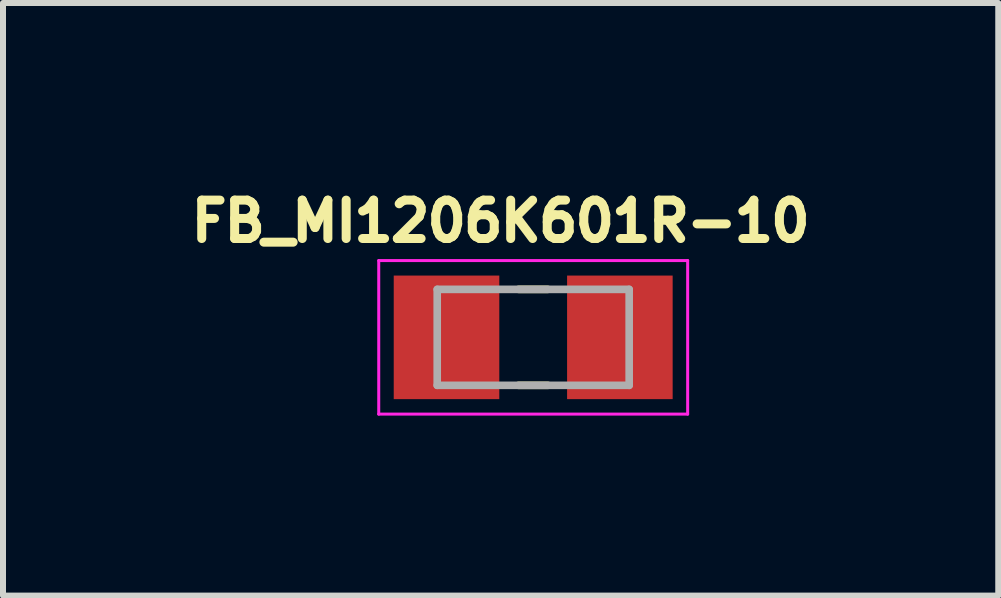
<source format=kicad_pcb>
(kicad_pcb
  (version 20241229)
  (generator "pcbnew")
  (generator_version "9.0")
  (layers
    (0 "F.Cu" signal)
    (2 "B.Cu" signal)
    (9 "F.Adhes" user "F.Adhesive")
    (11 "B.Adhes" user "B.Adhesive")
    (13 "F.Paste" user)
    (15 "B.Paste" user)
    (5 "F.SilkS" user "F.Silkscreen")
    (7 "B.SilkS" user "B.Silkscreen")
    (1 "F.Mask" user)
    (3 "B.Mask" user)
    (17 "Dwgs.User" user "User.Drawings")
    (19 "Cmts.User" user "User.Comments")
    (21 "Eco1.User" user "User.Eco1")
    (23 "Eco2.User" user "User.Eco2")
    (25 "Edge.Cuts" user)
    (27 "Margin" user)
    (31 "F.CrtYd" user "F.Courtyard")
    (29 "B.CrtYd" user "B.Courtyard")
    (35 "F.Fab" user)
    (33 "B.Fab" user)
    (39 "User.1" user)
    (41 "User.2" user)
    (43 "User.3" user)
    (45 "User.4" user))
  (footprint "FB_MI1206K601R-10"
    (layer "F.Cu")
    (at 5.839 2.574)
    (property "Reference" "FB_MI1206K601R-10" (at -0.543 -1.936 0) (layer "F.SilkS") (effects (font (size 0.64 0.64) (thickness 0.15))))
    (attr smd)
    (fp_line (start -0.245 -0.8) (end 0.245 -0.8) (stroke (width 0.127) (type solid)) (layer "F.SilkS"))
    (fp_line (start -0.245 0.8) (end 0.245 0.8) (stroke (width 0.127) (type solid)) (layer "F.SilkS"))
    (fp_line (start -2.575 -1.28) (end -2.575 1.28) (stroke (width 0.05) (type solid)) (layer "F.CrtYd"))
    (fp_line (start -2.575 1.28) (end 2.575 1.28) (stroke (width 0.05) (type solid)) (layer "F.CrtYd"))
    (fp_line (start 2.575 -1.28) (end -2.575 -1.28) (stroke (width 0.05) (type solid)) (layer "F.CrtYd"))
    (fp_line (start 2.575 1.28) (end 2.575 -1.28) (stroke (width 0.05) (type solid)) (layer "F.CrtYd"))
    (fp_line (start -1.6 -0.8) (end -1.6 0.8) (stroke (width 0.127) (type solid)) (layer "F.Fab"))
    (fp_line (start -1.6 -0.8) (end 1.6 -0.8) (stroke (width 0.127) (type solid)) (layer "F.Fab"))
    (fp_line (start -1.6 0.8) (end 1.6 0.8) (stroke (width 0.127) (type solid)) (layer "F.Fab"))
    (fp_line (start 1.6 -0.8) (end 1.6 0.8) (stroke (width 0.127) (type solid)) (layer "F.Fab"))
    (pad "1" smd rect (at -1.445 0) (size 1.76 2.06) (layers "F.Cu" "F.Mask" "F.Paste"))
    (pad "2" smd rect (at 1.445 0) (size 1.76 2.06) (layers "F.Cu" "F.Mask" "F.Paste")))
  (gr_rect
    (start -3 -3)
    (end 13.592 6.879)
    (stroke (width 0.1) (type default))
    (fill no)
    (layer "Edge.Cuts")))
</source>
